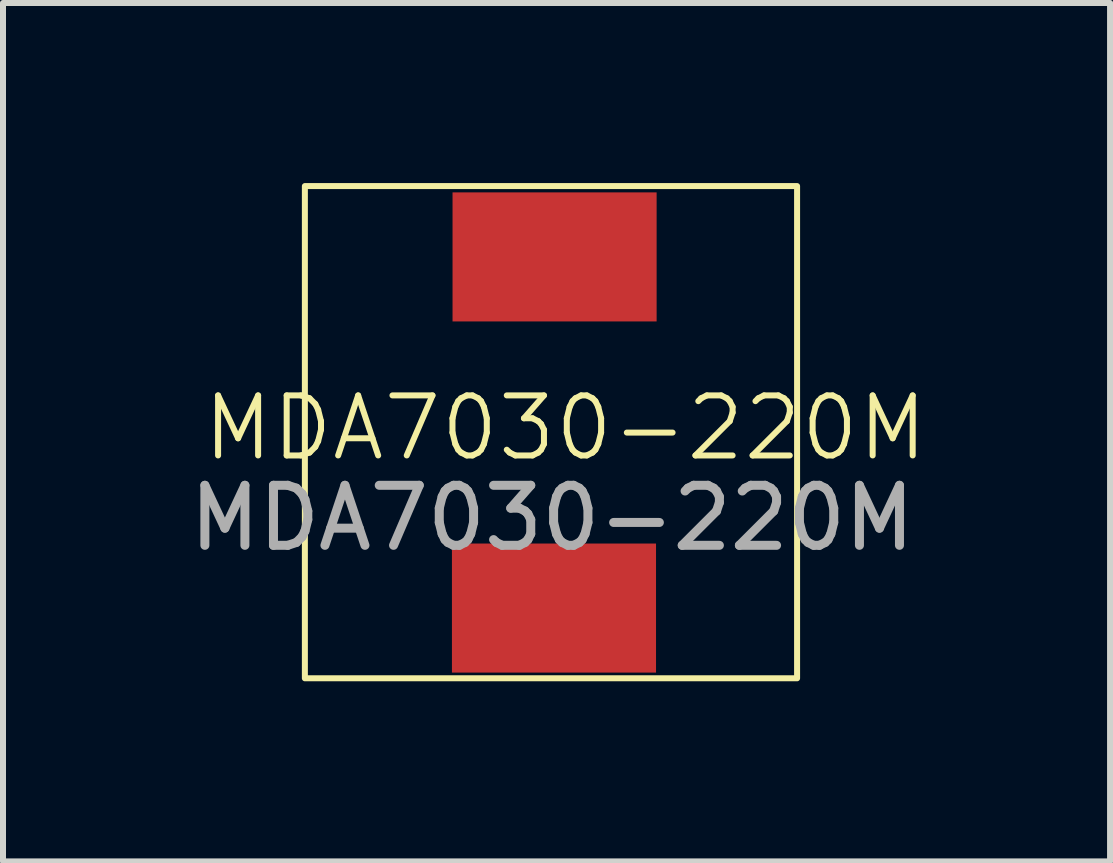
<source format=kicad_pcb>
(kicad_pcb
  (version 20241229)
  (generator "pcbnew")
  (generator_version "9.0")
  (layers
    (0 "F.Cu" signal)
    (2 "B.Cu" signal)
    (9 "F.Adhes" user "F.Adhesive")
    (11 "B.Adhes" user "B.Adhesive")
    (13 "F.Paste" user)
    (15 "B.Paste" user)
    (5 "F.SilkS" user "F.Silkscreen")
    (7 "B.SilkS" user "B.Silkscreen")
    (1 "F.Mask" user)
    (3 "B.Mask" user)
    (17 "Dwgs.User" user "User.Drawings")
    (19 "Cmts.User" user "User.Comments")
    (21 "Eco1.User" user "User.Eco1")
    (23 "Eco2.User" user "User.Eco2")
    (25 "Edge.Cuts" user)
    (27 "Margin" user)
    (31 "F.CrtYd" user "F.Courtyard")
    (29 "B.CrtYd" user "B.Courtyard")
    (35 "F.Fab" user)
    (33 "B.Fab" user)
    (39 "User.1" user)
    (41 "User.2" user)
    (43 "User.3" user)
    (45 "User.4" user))
  (footprint "MDA7030-220M"
    (layer "F.Cu")
    (at 6.189 3.95)
    (property "Reference" "MDA7030-220M" (at 0.18 0.13 0) (unlocked yes) (layer "F.SilkS") (effects (font (size 1 1) (thickness 0.1))))
    (attr smd)
    (fp_rect (start -4.16 -3.9) (end 4.04 4.3) (stroke (width 0.1) (type default)) (fill no) (layer "F.SilkS"))
    (fp_text user "${REFERENCE}" (at -0.04 1.63 0) (unlocked yes) (layer "F.Fab") (effects (font (size 1 1) (thickness 0.15))))
    (pad "1" smd rect (at 0 -2.72) (size 3.4 2.15) (layers "F.Cu" "F.Mask" "F.Paste"))
    (pad "2" smd rect (at -0.01 3.13) (size 3.4 2.15) (layers "F.Cu" "F.Mask" "F.Paste")))
  (gr_rect
    (start -3 -3)
    (end 15.443 11.3)
    (stroke (width 0.1) (type default))
    (fill no)
    (layer "Edge.Cuts")))
</source>
